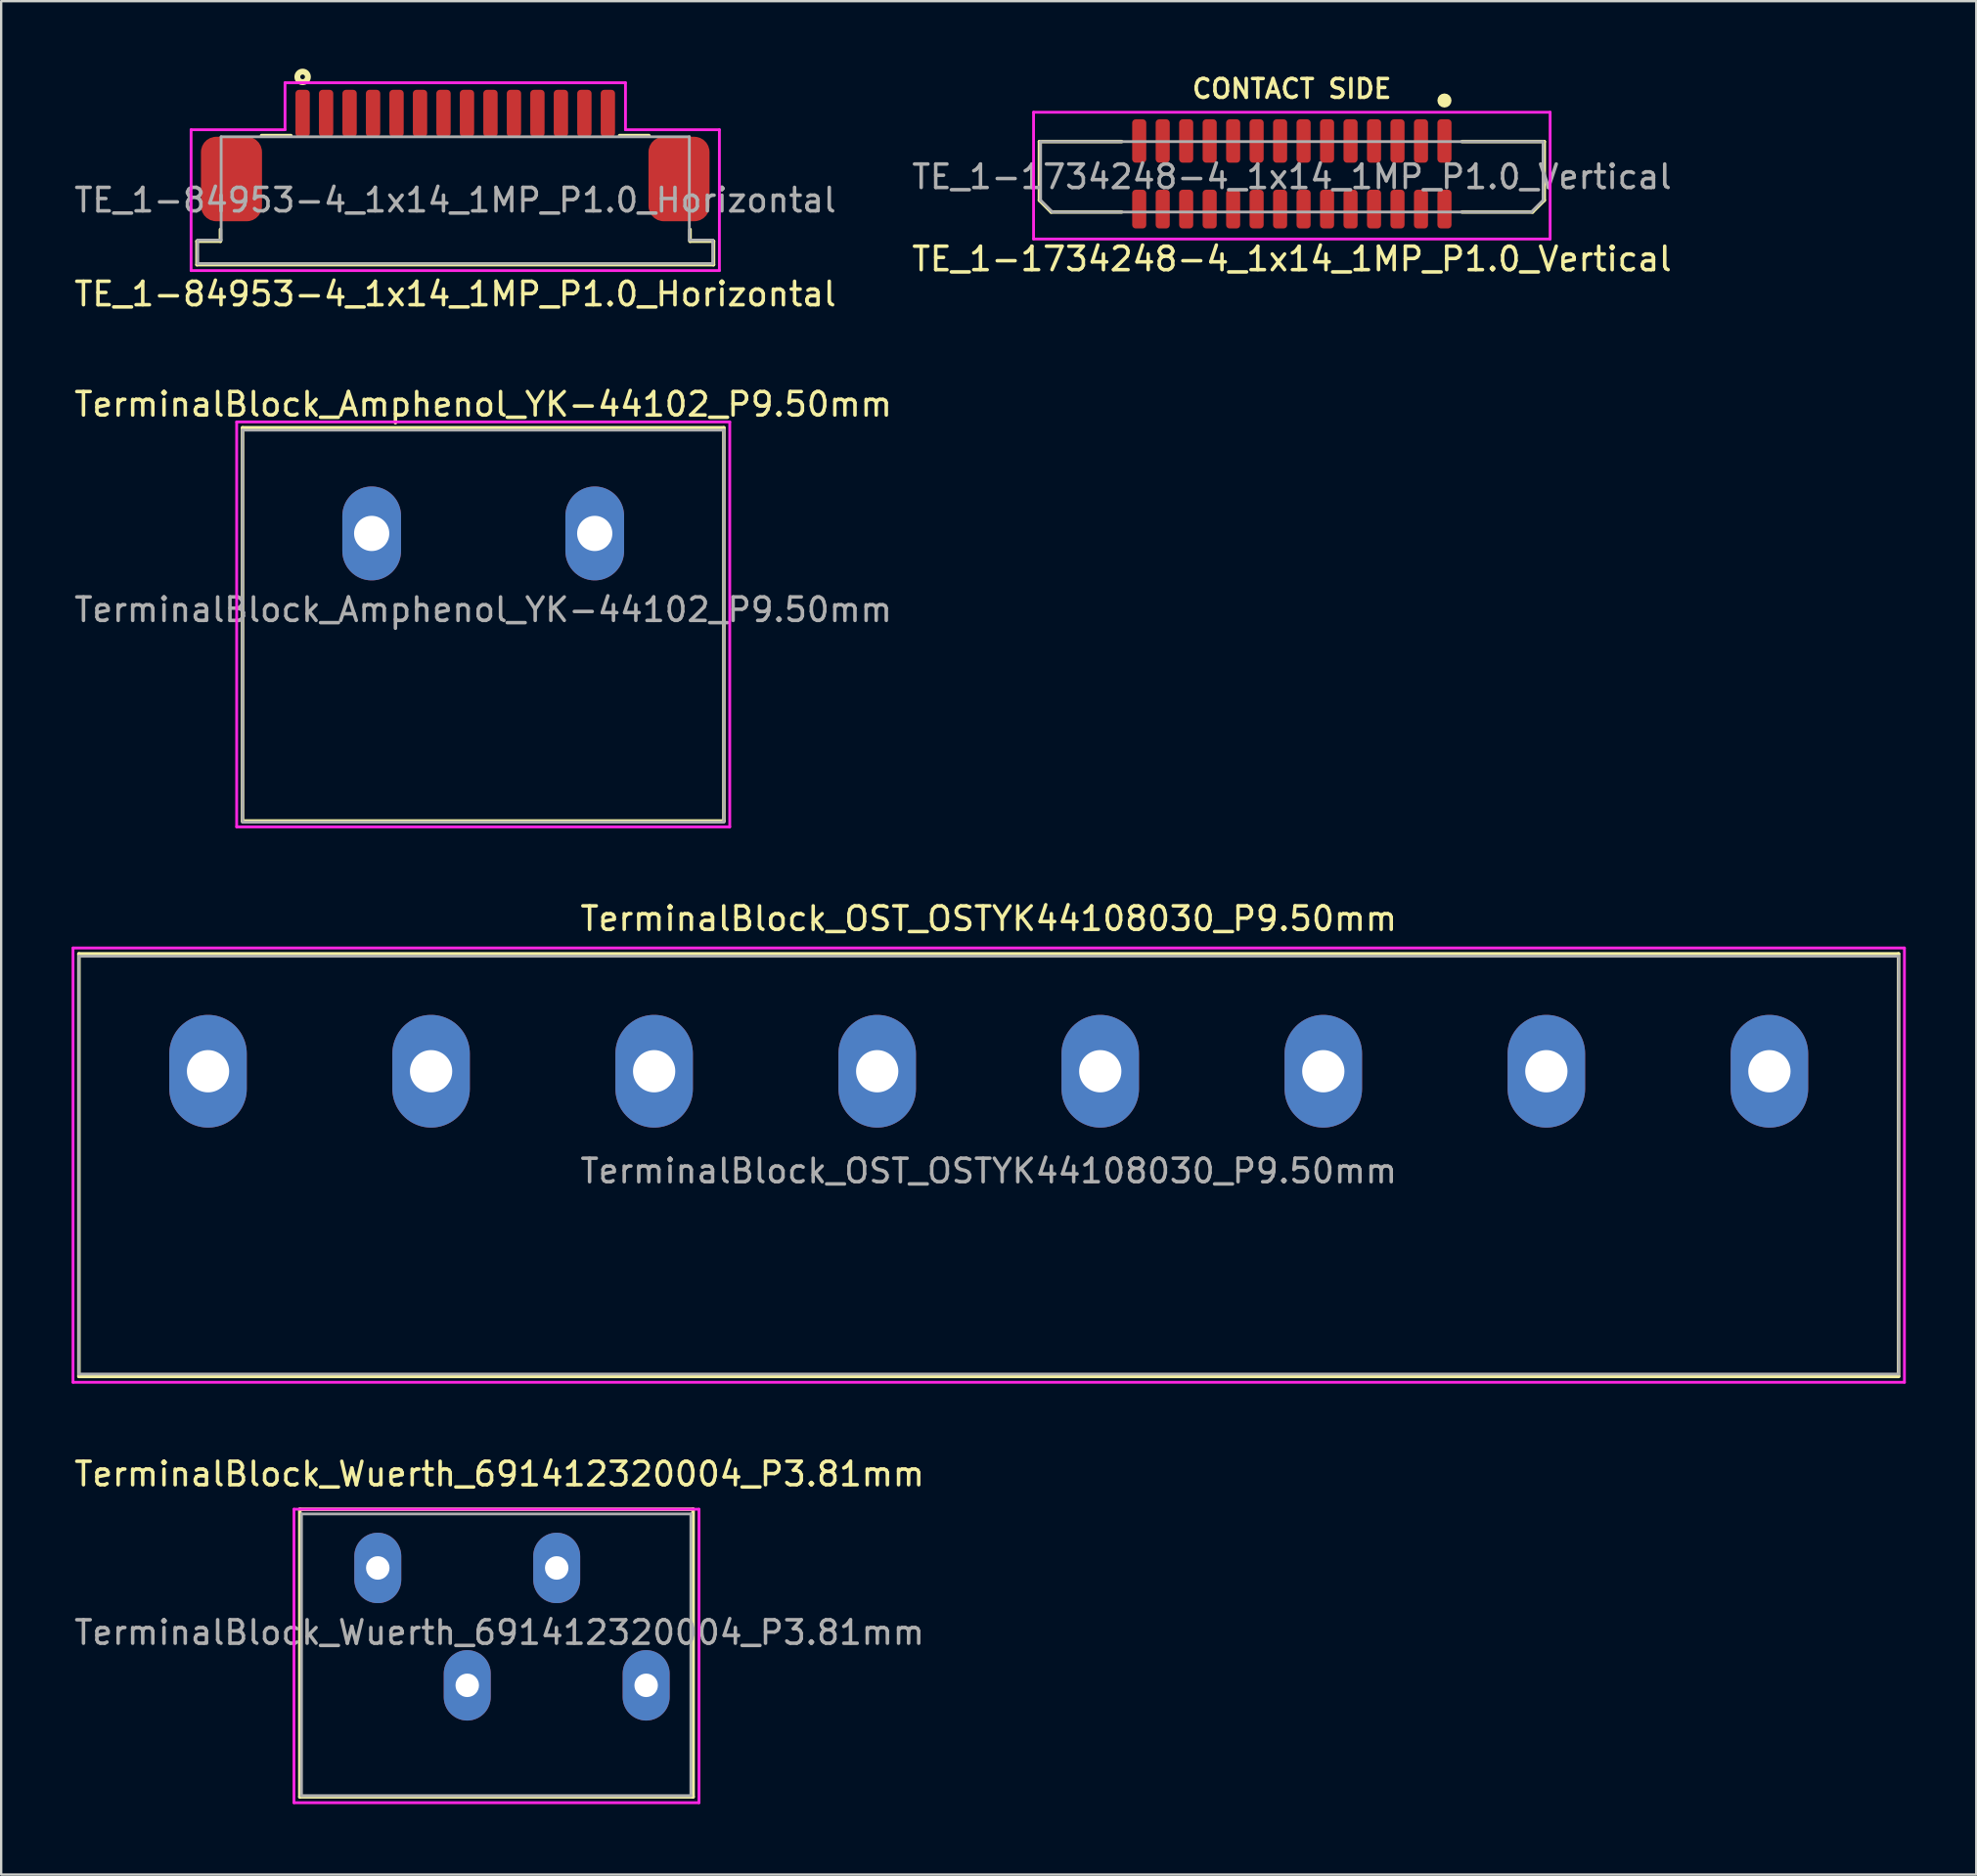
<source format=kicad_pcb>
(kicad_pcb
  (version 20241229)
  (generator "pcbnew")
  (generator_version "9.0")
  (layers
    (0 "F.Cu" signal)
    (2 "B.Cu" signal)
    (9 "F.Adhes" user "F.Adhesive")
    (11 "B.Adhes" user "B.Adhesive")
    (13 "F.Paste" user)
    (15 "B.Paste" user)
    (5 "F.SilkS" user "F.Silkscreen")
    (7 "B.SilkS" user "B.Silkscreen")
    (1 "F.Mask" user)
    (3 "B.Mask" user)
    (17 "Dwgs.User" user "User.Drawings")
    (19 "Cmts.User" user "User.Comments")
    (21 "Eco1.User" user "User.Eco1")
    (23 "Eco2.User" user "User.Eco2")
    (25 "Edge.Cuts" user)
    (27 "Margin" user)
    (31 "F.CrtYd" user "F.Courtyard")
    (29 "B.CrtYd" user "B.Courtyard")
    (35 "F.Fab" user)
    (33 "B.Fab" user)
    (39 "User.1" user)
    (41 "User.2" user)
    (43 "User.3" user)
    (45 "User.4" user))
  (footprint "TE_1-84953-4_1x14_1MP_P1.0_Horizontal"
    (layer "F.Cu")
    (at 16.339 5.475)
    (property "Reference" "TE_1-84953-4_1x14_1MP_P1.0_Horizontal" (at 0 4 0) (layer "F.SilkS") (effects (font (size 1 1) (thickness 0.15))))
    (attr through_hole)
    (fp_line (start -11 1.75) (end -11 2.75) (stroke (width 0.15) (type solid)) (layer "F.SilkS"))
    (fp_line (start -11 2.75) (end 11 2.75) (stroke (width 0.15) (type solid)) (layer "F.SilkS"))
    (fp_line (start -10 1.25) (end -10 1.75) (stroke (width 0.15) (type solid)) (layer "F.SilkS"))
    (fp_line (start -10 1.75) (end -11 1.75) (stroke (width 0.15) (type solid)) (layer "F.SilkS"))
    (fp_line (start -7 -2.75) (end -8.25 -2.75) (stroke (width 0.15) (type solid)) (layer "F.SilkS"))
    (fp_line (start 7 -2.75) (end 8.25 -2.75) (stroke (width 0.15) (type solid)) (layer "F.SilkS"))
    (fp_line (start 10 1.75) (end 10 1.25) (stroke (width 0.15) (type solid)) (layer "F.SilkS"))
    (fp_line (start 11 1.75) (end 10 1.75) (stroke (width 0.15) (type solid)) (layer "F.SilkS"))
    (fp_line (start 11 2.75) (end 11 1.75) (stroke (width 0.15) (type solid)) (layer "F.SilkS"))
    (fp_circle (center -6.5 -5.25) (end -6.4 -5.25) (stroke (width 0.25) (type solid)) (fill no) (layer "F.SilkS"))
    (fp_line (start -11.25 -3) (end -7.25 -3) (stroke (width 0.12) (type solid)) (layer "F.CrtYd"))
    (fp_line (start -11.25 3) (end -11.25 -3) (stroke (width 0.12) (type solid)) (layer "F.CrtYd"))
    (fp_line (start -7.25 -5) (end 7.25 -5) (stroke (width 0.12) (type solid)) (layer "F.CrtYd"))
    (fp_line (start -7.25 -3) (end -7.25 -5) (stroke (width 0.12) (type solid)) (layer "F.CrtYd"))
    (fp_line (start 7.25 -5) (end 7.25 -3) (stroke (width 0.12) (type solid)) (layer "F.CrtYd"))
    (fp_line (start 7.25 -3) (end 11.25 -3) (stroke (width 0.12) (type solid)) (layer "F.CrtYd"))
    (fp_line (start 11.25 -3) (end 11.25 3) (stroke (width 0.12) (type solid)) (layer "F.CrtYd"))
    (fp_line (start 11.25 3) (end -11.25 3) (stroke (width 0.12) (type solid)) (layer "F.CrtYd"))
    (fp_line (start -10.97 1.7) (end -9.97 1.7) (stroke (width 0.12) (type solid)) (layer "F.Fab"))
    (fp_line (start -10.97 2.7) (end -10.97 1.7) (stroke (width 0.12) (type solid)) (layer "F.Fab"))
    (fp_line (start -9.97 -2.7) (end -9.97 1.7) (stroke (width 0.12) (type solid)) (layer "F.Fab"))
    (fp_line (start -9.97 -2.7) (end 9.97 -2.7) (stroke (width 0.12) (type solid)) (layer "F.Fab"))
    (fp_line (start 9.97 -2.7) (end 9.97 1.7) (stroke (width 0.12) (type solid)) (layer "F.Fab"))
    (fp_line (start 9.97 1.7) (end 10.97 1.7) (stroke (width 0.12) (type solid)) (layer "F.Fab"))
    (fp_line (start 10.97 2.7) (end -10.97 2.7) (stroke (width 0.12) (type solid)) (layer "F.Fab"))
    (fp_line (start 10.97 2.7) (end 10.97 1.7) (stroke (width 0.12) (type solid)) (layer "F.Fab"))
    (fp_text user "${REFERENCE}" (at 0 0 0) (layer "F.Fab") (effects (font (size 1 1) (thickness 0.15))))
    (pad "1" smd roundrect (at -6.5 -3.7) (size 0.61 2) (layers "F.Cu" "F.Mask" "F.Paste") (roundrect_rratio 0.25))
    (pad "2" smd roundrect (at -5.5 -3.7) (size 0.61 2) (layers "F.Cu" "F.Mask" "F.Paste") (roundrect_rratio 0.25))
    (pad "3" smd roundrect (at -4.5 -3.7) (size 0.61 2) (layers "F.Cu" "F.Mask" "F.Paste") (roundrect_rratio 0.25))
    (pad "4" smd roundrect (at -3.5 -3.7) (size 0.61 2) (layers "F.Cu" "F.Mask" "F.Paste") (roundrect_rratio 0.25))
    (pad "5" smd roundrect (at -2.5 -3.7) (size 0.61 2) (layers "F.Cu" "F.Mask" "F.Paste") (roundrect_rratio 0.25))
    (pad "6" smd roundrect (at -1.5 -3.7) (size 0.61 2) (layers "F.Cu" "F.Mask" "F.Paste") (roundrect_rratio 0.25))
    (pad "7" smd roundrect (at -0.5 -3.7) (size 0.61 2) (layers "F.Cu" "F.Mask" "F.Paste") (roundrect_rratio 0.25))
    (pad "8" smd roundrect (at 0.5 -3.7) (size 0.61 2) (layers "F.Cu" "F.Mask" "F.Paste") (roundrect_rratio 0.25))
    (pad "9" smd roundrect (at 1.5 -3.7) (size 0.61 2) (layers "F.Cu" "F.Mask" "F.Paste") (roundrect_rratio 0.25))
    (pad "10" smd roundrect (at 2.5 -3.7) (size 0.61 2) (layers "F.Cu" "F.Mask" "F.Paste") (roundrect_rratio 0.25))
    (pad "11" smd roundrect (at 3.5 -3.7) (size 0.61 2) (layers "F.Cu" "F.Mask" "F.Paste") (roundrect_rratio 0.25))
    (pad "12" smd roundrect (at 4.5 -3.7) (size 0.61 2) (layers "F.Cu" "F.Mask" "F.Paste") (roundrect_rratio 0.25))
    (pad "13" smd roundrect (at 5.5 -3.7) (size 0.61 2) (layers "F.Cu" "F.Mask" "F.Paste") (roundrect_rratio 0.25))
    (pad "14" smd roundrect (at 6.5 -3.7) (size 0.61 2) (layers "F.Cu" "F.Mask" "F.Paste") (roundrect_rratio 0.25))
    (pad "MP" smd roundrect (at -9.53 -0.9) (size 2.6 3.6) (layers "F.Cu" "F.Mask" "F.Paste") (roundrect_rratio 0.25))
    (pad "MP" smd roundrect (at 9.53 -0.9) (size 2.6 3.6) (layers "F.Cu" "F.Mask" "F.Paste") (roundrect_rratio 0.25)))
  (footprint "TerminalBlock_Wuerth_691412320004_P3.81mm"
    (layer "F.Cu")
    (at 24.47 68.738)
    (property "Reference" "TerminalBlock_Wuerth_691412320004_P3.81mm" (at -6.25 -9 0) (layer "F.SilkS") (effects (font (size 1 1) (thickness 0.15))))
    (attr through_hole)
    (fp_line (start -14.75 -7.5) (end 2 -7.5) (stroke (width 0.15) (type solid)) (layer "F.SilkS"))
    (fp_line (start -14.75 4.75) (end -14.75 -7.5) (stroke (width 0.15) (type solid)) (layer "F.SilkS"))
    (fp_line (start 2 -7.5) (end 2 4.75) (stroke (width 0.15) (type solid)) (layer "F.SilkS"))
    (fp_line (start 2 4.75) (end -14.75 4.75) (stroke (width 0.15) (type solid)) (layer "F.SilkS"))
    (fp_line (start -15 -7.5) (end 2.25 -7.5) (stroke (width 0.12) (type solid)) (layer "F.CrtYd"))
    (fp_line (start -15 5) (end -15 -7.5) (stroke (width 0.12) (type solid)) (layer "F.CrtYd"))
    (fp_line (start 2.25 -7.5) (end 2.25 5) (stroke (width 0.12) (type solid)) (layer "F.CrtYd"))
    (fp_line (start 2.25 5) (end -15 5) (stroke (width 0.12) (type solid)) (layer "F.CrtYd"))
    (fp_line (start -14.68 -7.3) (end -14.68 4.7) (stroke (width 0.12) (type solid)) (layer "F.Fab"))
    (fp_line (start -14.68 -7.3) (end 1.905 -7.3) (stroke (width 0.12) (type solid)) (layer "F.Fab"))
    (fp_line (start 1.905 -7.3) (end 1.905 4.7) (stroke (width 0.12) (type solid)) (layer "F.Fab"))
    (fp_line (start 1.905 4.7) (end -14.68 4.7) (stroke (width 0.12) (type solid)) (layer "F.Fab"))
    (fp_text user "${REFERENCE}" (at -6.25 -2.25 0) (layer "F.Fab") (effects (font (size 1 1) (thickness 0.15))))
    (pad "1" thru_hole oval (at 0 0) (size 2 3) (drill 1) (layers "*.Cu" "*.Mask"))
    (pad "2" thru_hole oval (at -3.81 -5) (size 2 3) (drill 1) (layers "*.Cu" "*.Mask"))
    (pad "3" thru_hole oval (at -7.62 0) (size 2 3) (drill 1) (layers "*.Cu" "*.Mask"))
    (pad "4" thru_hole oval (at -11.43 -5) (size 2 3) (drill 1) (layers "*.Cu" "*.Mask")))
  (footprint "TerminalBlock_OST_OSTYK44108030_P9.50mm"
    (layer "F.Cu")
    (at 5.81 42.58)
    (property "Reference" "TerminalBlock_OST_OSTYK44108030_P9.50mm" (at 33.25 -6.5 0) (layer "F.SilkS") (effects (font (size 1 1) (thickness 0.15))))
    (attr through_hole)
    (fp_line (start -5.5 -5) (end -5.5 13) (stroke (width 0.15) (type solid)) (layer "F.SilkS"))
    (fp_line (start -5.5 13) (end 72 13) (stroke (width 0.15) (type solid)) (layer "F.SilkS"))
    (fp_line (start 72 -5) (end -5.5 -5) (stroke (width 0.15) (type solid)) (layer "F.SilkS"))
    (fp_line (start 72 13) (end 72 -5) (stroke (width 0.15) (type solid)) (layer "F.SilkS"))
    (fp_line (start -5.75 -5.25) (end -5.75 13.25) (stroke (width 0.12) (type solid)) (layer "F.CrtYd"))
    (fp_line (start -5.75 13.25) (end 72.25 13.25) (stroke (width 0.12) (type solid)) (layer "F.CrtYd"))
    (fp_line (start 72.25 -5.25) (end -5.75 -5.25) (stroke (width 0.12) (type solid)) (layer "F.CrtYd"))
    (fp_line (start 72.25 13.25) (end 72.25 -5.25) (stroke (width 0.12) (type solid)) (layer "F.CrtYd"))
    (fp_line (start -5.5 -4.9) (end -5.5 12.9) (stroke (width 0.12) (type solid)) (layer "F.Fab"))
    (fp_line (start -5.5 -4.9) (end 72 -4.9) (stroke (width 0.12) (type solid)) (layer "F.Fab"))
    (fp_line (start 72 -4.9) (end 72 12.9) (stroke (width 0.12) (type solid)) (layer "F.Fab"))
    (fp_line (start 72 12.9) (end -5.5 12.9) (stroke (width 0.12) (type solid)) (layer "F.Fab"))
    (fp_text user "${REFERENCE}" (at 33.25 4.25 0) (layer "F.Fab") (effects (font (size 1 1) (thickness 0.15))))
    (pad "1" thru_hole oval (at 0 0 90) (size 4.8 3.3) (drill 1.8) (layers "*.Cu" "*.Mask"))
    (pad "2" thru_hole oval (at 9.5 0 90) (size 4.8 3.3) (drill 1.8) (layers "*.Cu" "*.Mask"))
    (pad "3" thru_hole oval (at 19 0 90) (size 4.8 3.3) (drill 1.8) (layers "*.Cu" "*.Mask"))
    (pad "4" thru_hole oval (at 28.5 0 90) (size 4.8 3.3) (drill 1.8) (layers "*.Cu" "*.Mask"))
    (pad "5" thru_hole oval (at 38 0 90) (size 4.8 3.3) (drill 1.8) (layers "*.Cu" "*.Mask"))
    (pad "6" thru_hole oval (at 47.5 0 90) (size 4.8 3.3) (drill 1.8) (layers "*.Cu" "*.Mask"))
    (pad "7" thru_hole oval (at 57 0 90) (size 4.8 3.3) (drill 1.8) (layers "*.Cu" "*.Mask"))
    (pad "8" thru_hole oval (at 66.5 0 90) (size 4.8 3.3) (drill 1.8) (layers "*.Cu" "*.Mask")))
  (footprint "TE_1-1734248-4_1x14_1MP_P1.0_Vertical"
    (layer "F.Cu")
    (at 51.97 4.481)
    (property "Reference" "TE_1-1734248-4_1x14_1MP_P1.0_Vertical" (at 0 3.5 0) (layer "F.SilkS") (effects (font (size 1 1) (thickness 0.15))))
    (attr through_hole)
    (fp_line (start -10.75 -1.5) (end -10.75 1) (stroke (width 0.15) (type solid)) (layer "F.SilkS"))
    (fp_line (start -10.75 1) (end -10.25 1.5) (stroke (width 0.15) (type solid)) (layer "F.SilkS"))
    (fp_line (start -10.25 1.5) (end -7.25 1.5) (stroke (width 0.15) (type solid)) (layer "F.SilkS"))
    (fp_line (start -7.25 -1.5) (end -10.75 -1.5) (stroke (width 0.15) (type solid)) (layer "F.SilkS"))
    (fp_line (start 7.25 -1.5) (end 10.75 -1.5) (stroke (width 0.15) (type solid)) (layer "F.SilkS"))
    (fp_line (start 10.25 1.5) (end 7.25 1.5) (stroke (width 0.15) (type solid)) (layer "F.SilkS"))
    (fp_line (start 10.75 -1.5) (end 10.75 1) (stroke (width 0.15) (type solid)) (layer "F.SilkS"))
    (fp_line (start 10.75 1) (end 10.25 1.5) (stroke (width 0.15) (type solid)) (layer "F.SilkS"))
    (fp_circle (center 6.5 -3.25) (end 6.65 -3.25) (stroke (width 0.3) (type solid)) (fill no) (layer "F.SilkS"))
    (fp_line (start -11 -2.75) (end -11 2.65) (stroke (width 0.12) (type solid)) (layer "F.CrtYd"))
    (fp_line (start -11 2.65) (end 11 2.65) (stroke (width 0.12) (type solid)) (layer "F.CrtYd"))
    (fp_line (start 11 -2.75) (end -11 -2.75) (stroke (width 0.12) (type solid)) (layer "F.CrtYd"))
    (fp_line (start 11 2.65) (end 11 -2.75) (stroke (width 0.12) (type solid)) (layer "F.CrtYd"))
    (fp_line (start -10.7 -1.5) (end -10.7 1) (stroke (width 0.12) (type solid)) (layer "F.Fab"))
    (fp_line (start -10.7 -1.5) (end 10.7 -1.5) (stroke (width 0.12) (type solid)) (layer "F.Fab"))
    (fp_line (start -10.7 1) (end -10.2 1.5) (stroke (width 0.12) (type solid)) (layer "F.Fab"))
    (fp_line (start -10.2 1.5) (end 10.2 1.5) (stroke (width 0.12) (type solid)) (layer "F.Fab"))
    (fp_line (start 10.7 1) (end 10.2 1.5) (stroke (width 0.12) (type solid)) (layer "F.Fab"))
    (fp_line (start 10.7 1) (end 10.7 -1.5) (stroke (width 0.12) (type solid)) (layer "F.Fab"))
    (fp_text user "CONTACT SIDE" (at 0 -3.75 0) (layer "F.SilkS") (effects (font (size 0.8 0.8) (thickness 0.15))))
    (fp_text user "${REFERENCE}" (at 0 0 0) (layer "F.Fab") (effects (font (size 1 1) (thickness 0.15))))
    (pad "1" smd roundrect (at 6.5 -1.525) (size 0.6 1.85) (layers "F.Cu" "F.Mask" "F.Paste") (roundrect_rratio 0.25))
    (pad "1" smd roundrect (at 6.5 1.375) (size 0.6 1.65) (layers "F.Cu" "F.Mask" "F.Paste") (roundrect_rratio 0.25))
    (pad "2" smd roundrect (at 5.5 -1.525) (size 0.6 1.85) (layers "F.Cu" "F.Mask" "F.Paste") (roundrect_rratio 0.25))
    (pad "2" smd roundrect (at 5.5 1.375) (size 0.6 1.65) (layers "F.Cu" "F.Mask" "F.Paste") (roundrect_rratio 0.25))
    (pad "3" smd roundrect (at 4.5 -1.525) (size 0.6 1.85) (layers "F.Cu" "F.Mask" "F.Paste") (roundrect_rratio 0.25))
    (pad "3" smd roundrect (at 4.5 1.375) (size 0.6 1.65) (layers "F.Cu" "F.Mask" "F.Paste") (roundrect_rratio 0.25))
    (pad "4" smd roundrect (at 3.5 -1.525) (size 0.6 1.85) (layers "F.Cu" "F.Mask" "F.Paste") (roundrect_rratio 0.25))
    (pad "4" smd roundrect (at 3.5 1.375) (size 0.6 1.65) (layers "F.Cu" "F.Mask" "F.Paste") (roundrect_rratio 0.25))
    (pad "5" smd roundrect (at 2.5 -1.525) (size 0.6 1.85) (layers "F.Cu" "F.Mask" "F.Paste") (roundrect_rratio 0.25))
    (pad "5" smd roundrect (at 2.5 1.375) (size 0.6 1.65) (layers "F.Cu" "F.Mask" "F.Paste") (roundrect_rratio 0.25))
    (pad "6" smd roundrect (at 1.5 -1.525) (size 0.6 1.85) (layers "F.Cu" "F.Mask" "F.Paste") (roundrect_rratio 0.25))
    (pad "6" smd roundrect (at 1.5 1.375) (size 0.6 1.65) (layers "F.Cu" "F.Mask" "F.Paste") (roundrect_rratio 0.25))
    (pad "7" smd roundrect (at 0.5 -1.525) (size 0.6 1.85) (layers "F.Cu" "F.Mask" "F.Paste") (roundrect_rratio 0.25))
    (pad "7" smd roundrect (at 0.5 1.375) (size 0.6 1.65) (layers "F.Cu" "F.Mask" "F.Paste") (roundrect_rratio 0.25))
    (pad "8" smd roundrect (at -0.5 -1.525) (size 0.6 1.85) (layers "F.Cu" "F.Mask" "F.Paste") (roundrect_rratio 0.25))
    (pad "8" smd roundrect (at -0.5 1.375) (size 0.6 1.65) (layers "F.Cu" "F.Mask" "F.Paste") (roundrect_rratio 0.25))
    (pad "9" smd roundrect (at -1.5 -1.525) (size 0.6 1.85) (layers "F.Cu" "F.Mask" "F.Paste") (roundrect_rratio 0.25))
    (pad "9" smd roundrect (at -1.5 1.375) (size 0.6 1.65) (layers "F.Cu" "F.Mask" "F.Paste") (roundrect_rratio 0.25))
    (pad "10" smd roundrect (at -2.5 -1.525) (size 0.6 1.85) (layers "F.Cu" "F.Mask" "F.Paste") (roundrect_rratio 0.25))
    (pad "10" smd roundrect (at -2.5 1.375) (size 0.6 1.65) (layers "F.Cu" "F.Mask" "F.Paste") (roundrect_rratio 0.25))
    (pad "11" smd roundrect (at -3.5 -1.525) (size 0.6 1.85) (layers "F.Cu" "F.Mask" "F.Paste") (roundrect_rratio 0.25))
    (pad "11" smd roundrect (at -3.5 1.375) (size 0.6 1.65) (layers "F.Cu" "F.Mask" "F.Paste") (roundrect_rratio 0.25))
    (pad "12" smd roundrect (at -4.5 -1.525) (size 0.6 1.85) (layers "F.Cu" "F.Mask" "F.Paste") (roundrect_rratio 0.25))
    (pad "12" smd roundrect (at -4.5 1.375) (size 0.6 1.65) (layers "F.Cu" "F.Mask" "F.Paste") (roundrect_rratio 0.25))
    (pad "13" smd roundrect (at -5.5 -1.525) (size 0.6 1.85) (layers "F.Cu" "F.Mask" "F.Paste") (roundrect_rratio 0.25))
    (pad "13" smd roundrect (at -5.5 1.375) (size 0.6 1.65) (layers "F.Cu" "F.Mask" "F.Paste") (roundrect_rratio 0.25))
    (pad "14" smd roundrect (at -6.5 -1.525) (size 0.6 1.85) (layers "F.Cu" "F.Mask" "F.Paste") (roundrect_rratio 0.25))
    (pad "14" smd roundrect (at -6.5 1.375) (size 0.6 1.65) (layers "F.Cu" "F.Mask" "F.Paste") (roundrect_rratio 0.25)))
  (footprint "TerminalBlock_Amphenol_YK-44102_P9.50mm"
    (layer "F.Cu")
    (at 12.78 19.672)
    (property "Reference" "TerminalBlock_Amphenol_YK-44102_P9.50mm" (at 4.75 -5.5 0) (layer "F.SilkS") (effects (font (size 1 1) (thickness 0.15))))
    (attr through_hole)
    (fp_line (start -5.5 -4.5) (end -5.5 12.25) (stroke (width 0.15) (type solid)) (layer "F.SilkS"))
    (fp_line (start -5.5 12.25) (end 15 12.25) (stroke (width 0.15) (type solid)) (layer "F.SilkS"))
    (fp_line (start 15 -4.5) (end -5.5 -4.5) (stroke (width 0.15) (type solid)) (layer "F.SilkS"))
    (fp_line (start 15 12.25) (end 15 -4.5) (stroke (width 0.15) (type solid)) (layer "F.SilkS"))
    (fp_line (start -5.75 -4.75) (end 15.25 -4.75) (stroke (width 0.12) (type solid)) (layer "F.CrtYd"))
    (fp_line (start -5.75 12.5) (end -5.75 -4.75) (stroke (width 0.12) (type solid)) (layer "F.CrtYd"))
    (fp_line (start 15.25 -4.75) (end 15.25 12.5) (stroke (width 0.12) (type solid)) (layer "F.CrtYd"))
    (fp_line (start 15.25 12.5) (end -5.75 12.5) (stroke (width 0.12) (type solid)) (layer "F.CrtYd"))
    (fp_line (start -5.5 -4.4) (end -5.5 12.3) (stroke (width 0.12) (type solid)) (layer "F.Fab"))
    (fp_line (start -5.5 -4.4) (end 15 -4.4) (stroke (width 0.12) (type solid)) (layer "F.Fab"))
    (fp_line (start -5.5 12.3) (end 15 12.3) (stroke (width 0.12) (type solid)) (layer "F.Fab"))
    (fp_line (start 15 -4.4) (end 15 12.3) (stroke (width 0.12) (type solid)) (layer "F.Fab"))
    (fp_text user "${REFERENCE}" (at 4.75 3.25 0) (layer "F.Fab") (effects (font (size 1 1) (thickness 0.15))))
    (pad "1" thru_hole oval (at 0 0) (size 2.5 4) (drill 1.5) (layers "*.Cu" "*.Mask"))
    (pad "2" thru_hole oval (at 9.5 0) (size 2.5 4) (drill 1.5) (layers "*.Cu" "*.Mask")))
  (gr_rect
    (start -3 -3)
    (end 81.12 76.798)
    (stroke (width 0.1) (type default))
    (fill no)
    (layer "Edge.Cuts")))
</source>
